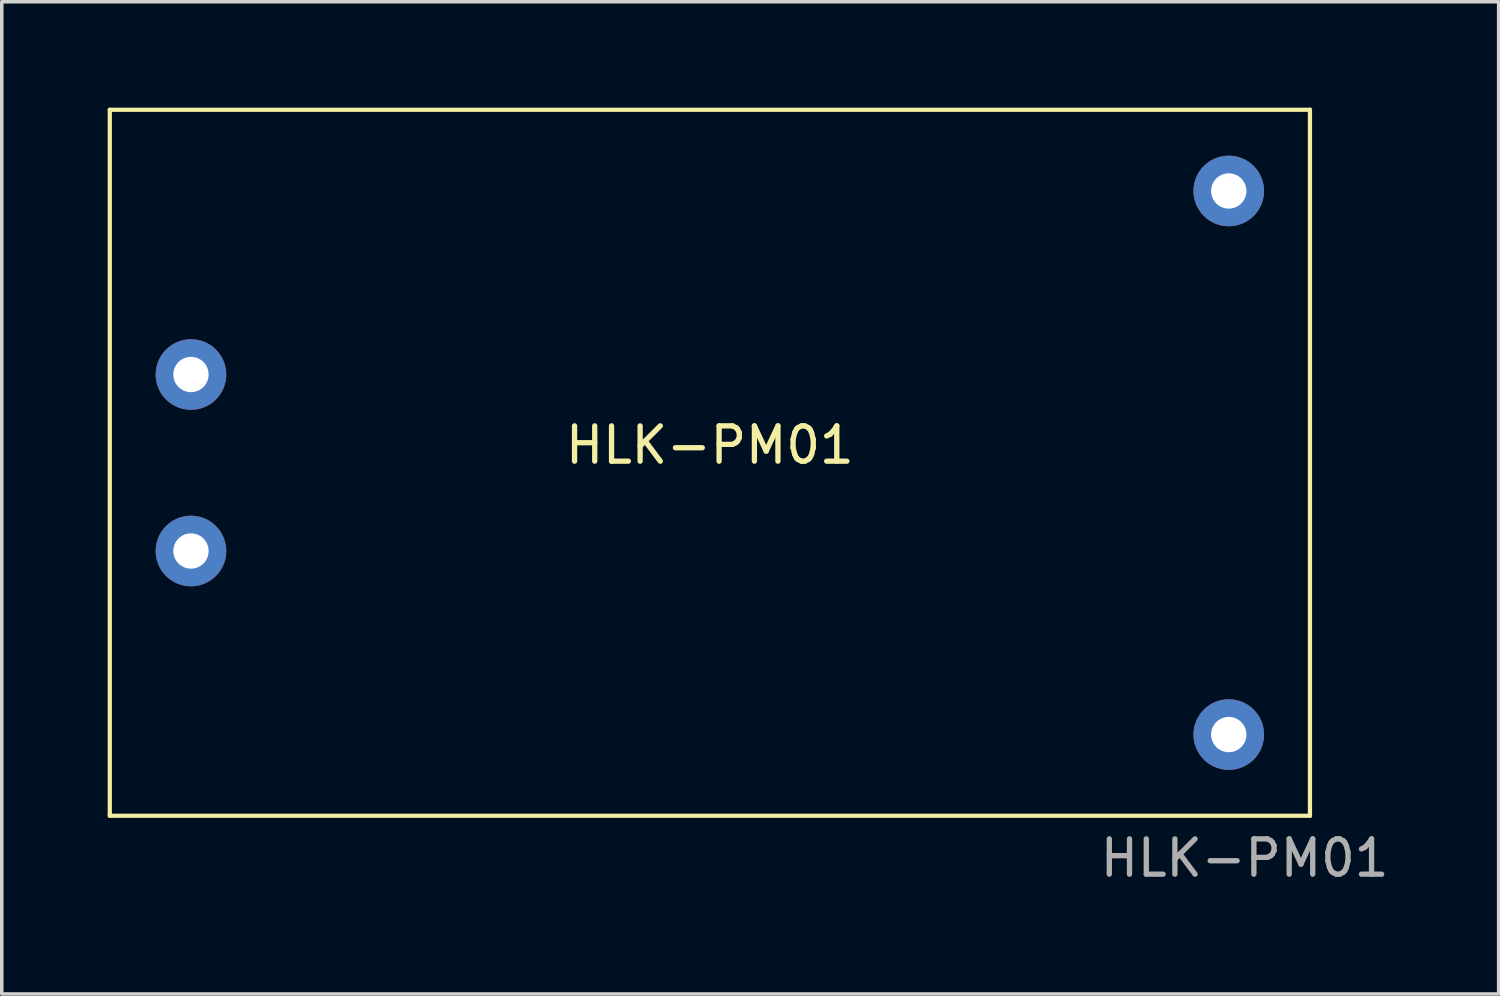
<source format=kicad_pcb>
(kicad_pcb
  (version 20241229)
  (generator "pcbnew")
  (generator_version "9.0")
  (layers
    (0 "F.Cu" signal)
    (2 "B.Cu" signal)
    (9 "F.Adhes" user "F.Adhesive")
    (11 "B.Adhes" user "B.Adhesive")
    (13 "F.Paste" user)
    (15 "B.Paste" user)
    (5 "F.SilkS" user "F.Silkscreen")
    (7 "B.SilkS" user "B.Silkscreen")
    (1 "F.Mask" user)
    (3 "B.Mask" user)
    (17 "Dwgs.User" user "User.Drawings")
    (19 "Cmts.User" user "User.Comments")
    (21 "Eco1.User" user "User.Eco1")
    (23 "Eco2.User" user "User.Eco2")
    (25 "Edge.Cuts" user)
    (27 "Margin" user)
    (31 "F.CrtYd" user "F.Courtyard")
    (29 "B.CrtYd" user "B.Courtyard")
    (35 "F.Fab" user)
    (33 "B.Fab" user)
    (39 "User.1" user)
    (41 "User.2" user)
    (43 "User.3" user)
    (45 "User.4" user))
  (footprint "HLK-PM01"
    (layer "F.Cu")
    (at 17.06 10.06)
    (property "Reference" "HLK-PM01" (at 0 -0.5 0) (unlocked yes) (layer "F.SilkS") (effects (font (size 1 1) (thickness 0.15))))
    (attr through_hole)
    (fp_line (start -17 -10) (end 17 -10) (stroke (width 0.12) (type solid)) (layer "F.SilkS"))
    (fp_line (start -17 10) (end -17 -10) (stroke (width 0.12) (type solid)) (layer "F.SilkS"))
    (fp_line (start 17 -10) (end 17 10) (stroke (width 0.12) (type solid)) (layer "F.SilkS"))
    (fp_line (start 17 10) (end -17 10) (stroke (width 0.12) (type solid)) (layer "F.SilkS"))
    (fp_text user "${REFERENCE}" (at 15.15 11.2 0) (unlocked yes) (layer "F.Fab") (effects (font (size 1 1) (thickness 0.15))))
    (pad "1" thru_hole circle (at -14.7 -2.5) (size 2 2) (drill 1) (layers "*.Cu" "*.Mask"))
    (pad "2" thru_hole circle (at -14.7 2.5) (size 2 2) (drill 1) (layers "*.Cu" "*.Mask"))
    (pad "3" thru_hole circle (at 14.7 -7.7) (size 2 2) (drill 1) (layers "*.Cu" "*.Mask"))
    (pad "3" thru_hole circle (at 14.7 7.7) (size 2 2) (drill 1) (layers "*.Cu" "*.Mask")))
  (gr_rect
    (start -3 -3)
    (end 39.406 25.108)
    (stroke (width 0.1) (type default))
    (fill no)
    (layer "Edge.Cuts")))
</source>
